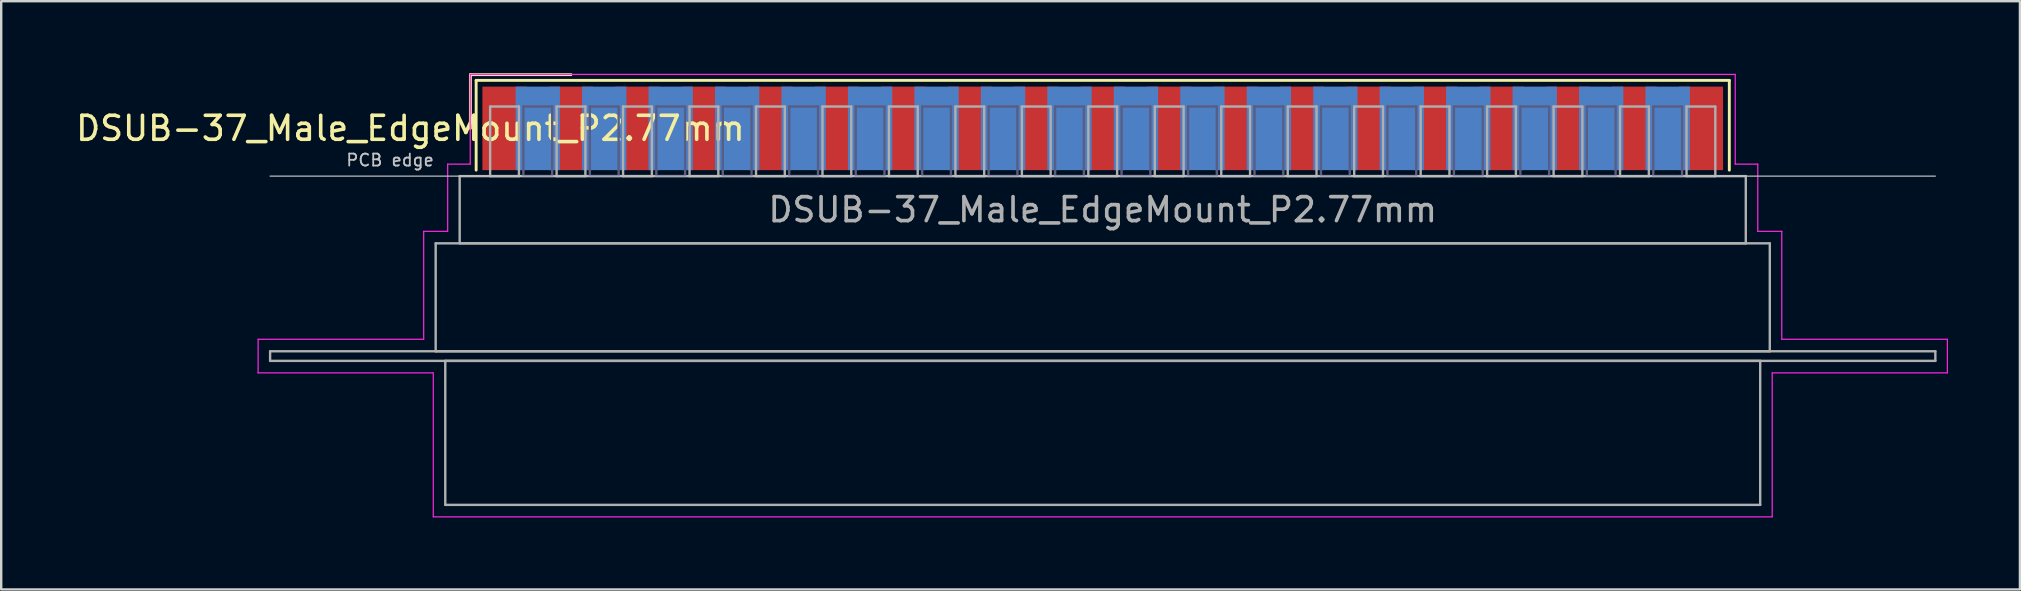
<source format=kicad_pcb>
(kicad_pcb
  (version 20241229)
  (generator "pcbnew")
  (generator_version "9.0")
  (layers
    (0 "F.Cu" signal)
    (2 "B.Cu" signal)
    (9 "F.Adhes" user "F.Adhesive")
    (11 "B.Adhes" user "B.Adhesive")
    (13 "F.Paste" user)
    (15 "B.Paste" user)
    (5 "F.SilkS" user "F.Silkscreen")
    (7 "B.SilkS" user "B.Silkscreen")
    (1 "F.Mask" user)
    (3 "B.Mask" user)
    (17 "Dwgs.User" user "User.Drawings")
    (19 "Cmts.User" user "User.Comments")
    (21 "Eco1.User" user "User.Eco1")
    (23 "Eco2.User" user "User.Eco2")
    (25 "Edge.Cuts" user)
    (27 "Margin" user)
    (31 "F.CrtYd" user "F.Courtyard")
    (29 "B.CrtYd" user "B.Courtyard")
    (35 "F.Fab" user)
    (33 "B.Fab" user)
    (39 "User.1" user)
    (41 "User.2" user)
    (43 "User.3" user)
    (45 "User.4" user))
  (footprint "DSUB-37_Male_EdgeMount_P2.77mm"
    (layer "F.Cu")
    (at 42.907 2.3)
    (property "Reference" "DSUB-37_Male_EdgeMount_P2.77mm" (at -28.853 0 0) (layer "F.SilkS") (effects (font (size 1 1) (thickness 0.15))))
    (attr smd)
    (fp_line (start -26.353 -2.24) (end -22.16 -2.24) (stroke (width 0.12) (type solid)) (layer "F.SilkS"))
    (fp_line (start -26.353 0) (end -26.353 -2.24) (stroke (width 0.12) (type solid)) (layer "F.SilkS"))
    (fp_line (start -26.113 -2) (end -26.113 1.74) (stroke (width 0.12) (type solid)) (layer "F.SilkS"))
    (fp_line (start 26.113 -2) (end -26.113 -2) (stroke (width 0.12) (type solid)) (layer "F.SilkS"))
    (fp_line (start 26.113 1.74) (end 26.113 -2) (stroke (width 0.12) (type solid)) (layer "F.SilkS"))
    (fp_line (start -34.7 1.99) (end 34.7 1.99) (stroke (width 0.05) (type solid)) (layer "Dwgs.User"))
    (fp_line (start -35.2 8.79) (end -28.3 8.79) (stroke (width 0.05) (type solid)) (layer "F.CrtYd"))
    (fp_line (start -35.2 10.19) (end -35.2 8.79) (stroke (width 0.05) (type solid)) (layer "F.CrtYd"))
    (fp_line (start -28.3 4.29) (end -27.3 4.29) (stroke (width 0.05) (type solid)) (layer "F.CrtYd"))
    (fp_line (start -28.3 8.79) (end -28.3 4.29) (stroke (width 0.05) (type solid)) (layer "F.CrtYd"))
    (fp_line (start -27.9 10.19) (end -35.2 10.19) (stroke (width 0.05) (type solid)) (layer "F.CrtYd"))
    (fp_line (start -27.9 16.19) (end -27.9 10.19) (stroke (width 0.05) (type solid)) (layer "F.CrtYd"))
    (fp_line (start -27.3 1.49) (end -26.36 1.49) (stroke (width 0.05) (type solid)) (layer "F.CrtYd"))
    (fp_line (start -27.3 4.29) (end -27.3 1.49) (stroke (width 0.05) (type solid)) (layer "F.CrtYd"))
    (fp_line (start -26.36 -2.25) (end 26.36 -2.25) (stroke (width 0.05) (type solid)) (layer "F.CrtYd"))
    (fp_line (start -26.36 1.49) (end -26.36 -2.25) (stroke (width 0.05) (type solid)) (layer "F.CrtYd"))
    (fp_line (start 26.36 -2.25) (end 26.36 1.49) (stroke (width 0.05) (type solid)) (layer "F.CrtYd"))
    (fp_line (start 26.36 1.49) (end 27.3 1.49) (stroke (width 0.05) (type solid)) (layer "F.CrtYd"))
    (fp_line (start 27.3 1.49) (end 27.3 4.29) (stroke (width 0.05) (type solid)) (layer "F.CrtYd"))
    (fp_line (start 27.3 4.29) (end 28.3 4.29) (stroke (width 0.05) (type solid)) (layer "F.CrtYd"))
    (fp_line (start 27.9 10.19) (end 27.9 16.19) (stroke (width 0.05) (type solid)) (layer "F.CrtYd"))
    (fp_line (start 27.9 16.19) (end -27.9 16.19) (stroke (width 0.05) (type solid)) (layer "F.CrtYd"))
    (fp_line (start 28.3 4.29) (end 28.3 8.79) (stroke (width 0.05) (type solid)) (layer "F.CrtYd"))
    (fp_line (start 28.3 8.79) (end 35.2 8.79) (stroke (width 0.05) (type solid)) (layer "F.CrtYd"))
    (fp_line (start 35.2 8.79) (end 35.2 10.19) (stroke (width 0.05) (type solid)) (layer "F.CrtYd"))
    (fp_line (start 35.2 10.19) (end 27.9 10.19) (stroke (width 0.05) (type solid)) (layer "F.CrtYd"))
    (fp_line (start -24.145 -0.91) (end -24.145 1.99) (stroke (width 0.1) (type solid)) (layer "B.Fab"))
    (fp_line (start -24.145 1.99) (end -22.945 1.99) (stroke (width 0.1) (type solid)) (layer "B.Fab"))
    (fp_line (start -22.945 -0.91) (end -24.145 -0.91) (stroke (width 0.1) (type solid)) (layer "B.Fab"))
    (fp_line (start -22.945 1.99) (end -22.945 -0.91) (stroke (width 0.1) (type solid)) (layer "B.Fab"))
    (fp_line (start -21.375 -0.91) (end -21.375 1.99) (stroke (width 0.1) (type solid)) (layer "B.Fab"))
    (fp_line (start -21.375 1.99) (end -20.175 1.99) (stroke (width 0.1) (type solid)) (layer "B.Fab"))
    (fp_line (start -20.175 -0.91) (end -21.375 -0.91) (stroke (width 0.1) (type solid)) (layer "B.Fab"))
    (fp_line (start -20.175 1.99) (end -20.175 -0.91) (stroke (width 0.1) (type solid)) (layer "B.Fab"))
    (fp_line (start -18.605 -0.91) (end -18.605 1.99) (stroke (width 0.1) (type solid)) (layer "B.Fab"))
    (fp_line (start -18.605 1.99) (end -17.405 1.99) (stroke (width 0.1) (type solid)) (layer "B.Fab"))
    (fp_line (start -17.405 -0.91) (end -18.605 -0.91) (stroke (width 0.1) (type solid)) (layer "B.Fab"))
    (fp_line (start -17.405 1.99) (end -17.405 -0.91) (stroke (width 0.1) (type solid)) (layer "B.Fab"))
    (fp_line (start -15.835 -0.91) (end -15.835 1.99) (stroke (width 0.1) (type solid)) (layer "B.Fab"))
    (fp_line (start -15.835 1.99) (end -14.635 1.99) (stroke (width 0.1) (type solid)) (layer "B.Fab"))
    (fp_line (start -14.635 -0.91) (end -15.835 -0.91) (stroke (width 0.1) (type solid)) (layer "B.Fab"))
    (fp_line (start -14.635 1.99) (end -14.635 -0.91) (stroke (width 0.1) (type solid)) (layer "B.Fab"))
    (fp_line (start -13.065 -0.91) (end -13.065 1.99) (stroke (width 0.1) (type solid)) (layer "B.Fab"))
    (fp_line (start -13.065 1.99) (end -11.865 1.99) (stroke (width 0.1) (type solid)) (layer "B.Fab"))
    (fp_line (start -11.865 -0.91) (end -13.065 -0.91) (stroke (width 0.1) (type solid)) (layer "B.Fab"))
    (fp_line (start -11.865 1.99) (end -11.865 -0.91) (stroke (width 0.1) (type solid)) (layer "B.Fab"))
    (fp_line (start -10.295 -0.91) (end -10.295 1.99) (stroke (width 0.1) (type solid)) (layer "B.Fab"))
    (fp_line (start -10.295 1.99) (end -9.095 1.99) (stroke (width 0.1) (type solid)) (layer "B.Fab"))
    (fp_line (start -9.095 -0.91) (end -10.295 -0.91) (stroke (width 0.1) (type solid)) (layer "B.Fab"))
    (fp_line (start -9.095 1.99) (end -9.095 -0.91) (stroke (width 0.1) (type solid)) (layer "B.Fab"))
    (fp_line (start -7.525 -0.91) (end -7.525 1.99) (stroke (width 0.1) (type solid)) (layer "B.Fab"))
    (fp_line (start -7.525 1.99) (end -6.325 1.99) (stroke (width 0.1) (type solid)) (layer "B.Fab"))
    (fp_line (start -6.325 -0.91) (end -7.525 -0.91) (stroke (width 0.1) (type solid)) (layer "B.Fab"))
    (fp_line (start -6.325 1.99) (end -6.325 -0.91) (stroke (width 0.1) (type solid)) (layer "B.Fab"))
    (fp_line (start -4.755 -0.91) (end -4.755 1.99) (stroke (width 0.1) (type solid)) (layer "B.Fab"))
    (fp_line (start -4.755 1.99) (end -3.555 1.99) (stroke (width 0.1) (type solid)) (layer "B.Fab"))
    (fp_line (start -3.555 -0.91) (end -4.755 -0.91) (stroke (width 0.1) (type solid)) (layer "B.Fab"))
    (fp_line (start -3.555 1.99) (end -3.555 -0.91) (stroke (width 0.1) (type solid)) (layer "B.Fab"))
    (fp_line (start -1.985 -0.91) (end -1.985 1.99) (stroke (width 0.1) (type solid)) (layer "B.Fab"))
    (fp_line (start -1.985 1.99) (end -0.785 1.99) (stroke (width 0.1) (type solid)) (layer "B.Fab"))
    (fp_line (start -0.785 -0.91) (end -1.985 -0.91) (stroke (width 0.1) (type solid)) (layer "B.Fab"))
    (fp_line (start -0.785 1.99) (end -0.785 -0.91) (stroke (width 0.1) (type solid)) (layer "B.Fab"))
    (fp_line (start 0.785 -0.91) (end 0.785 1.99) (stroke (width 0.1) (type solid)) (layer "B.Fab"))
    (fp_line (start 0.785 1.99) (end 1.985 1.99) (stroke (width 0.1) (type solid)) (layer "B.Fab"))
    (fp_line (start 1.985 -0.91) (end 0.785 -0.91) (stroke (width 0.1) (type solid)) (layer "B.Fab"))
    (fp_line (start 1.985 1.99) (end 1.985 -0.91) (stroke (width 0.1) (type solid)) (layer "B.Fab"))
    (fp_line (start 3.555 -0.91) (end 3.555 1.99) (stroke (width 0.1) (type solid)) (layer "B.Fab"))
    (fp_line (start 3.555 1.99) (end 4.755 1.99) (stroke (width 0.1) (type solid)) (layer "B.Fab"))
    (fp_line (start 4.755 -0.91) (end 3.555 -0.91) (stroke (width 0.1) (type solid)) (layer "B.Fab"))
    (fp_line (start 4.755 1.99) (end 4.755 -0.91) (stroke (width 0.1) (type solid)) (layer "B.Fab"))
    (fp_line (start 6.325 -0.91) (end 6.325 1.99) (stroke (width 0.1) (type solid)) (layer "B.Fab"))
    (fp_line (start 6.325 1.99) (end 7.525 1.99) (stroke (width 0.1) (type solid)) (layer "B.Fab"))
    (fp_line (start 7.525 -0.91) (end 6.325 -0.91) (stroke (width 0.1) (type solid)) (layer "B.Fab"))
    (fp_line (start 7.525 1.99) (end 7.525 -0.91) (stroke (width 0.1) (type solid)) (layer "B.Fab"))
    (fp_line (start 9.095 -0.91) (end 9.095 1.99) (stroke (width 0.1) (type solid)) (layer "B.Fab"))
    (fp_line (start 9.095 1.99) (end 10.295 1.99) (stroke (width 0.1) (type solid)) (layer "B.Fab"))
    (fp_line (start 10.295 -0.91) (end 9.095 -0.91) (stroke (width 0.1) (type solid)) (layer "B.Fab"))
    (fp_line (start 10.295 1.99) (end 10.295 -0.91) (stroke (width 0.1) (type solid)) (layer "B.Fab"))
    (fp_line (start 11.865 -0.91) (end 11.865 1.99) (stroke (width 0.1) (type solid)) (layer "B.Fab"))
    (fp_line (start 11.865 1.99) (end 13.065 1.99) (stroke (width 0.1) (type solid)) (layer "B.Fab"))
    (fp_line (start 13.065 -0.91) (end 11.865 -0.91) (stroke (width 0.1) (type solid)) (layer "B.Fab"))
    (fp_line (start 13.065 1.99) (end 13.065 -0.91) (stroke (width 0.1) (type solid)) (layer "B.Fab"))
    (fp_line (start 14.635 -0.91) (end 14.635 1.99) (stroke (width 0.1) (type solid)) (layer "B.Fab"))
    (fp_line (start 14.635 1.99) (end 15.835 1.99) (stroke (width 0.1) (type solid)) (layer "B.Fab"))
    (fp_line (start 15.835 -0.91) (end 14.635 -0.91) (stroke (width 0.1) (type solid)) (layer "B.Fab"))
    (fp_line (start 15.835 1.99) (end 15.835 -0.91) (stroke (width 0.1) (type solid)) (layer "B.Fab"))
    (fp_line (start 17.405 -0.91) (end 17.405 1.99) (stroke (width 0.1) (type solid)) (layer "B.Fab"))
    (fp_line (start 17.405 1.99) (end 18.605 1.99) (stroke (width 0.1) (type solid)) (layer "B.Fab"))
    (fp_line (start 18.605 -0.91) (end 17.405 -0.91) (stroke (width 0.1) (type solid)) (layer "B.Fab"))
    (fp_line (start 18.605 1.99) (end 18.605 -0.91) (stroke (width 0.1) (type solid)) (layer "B.Fab"))
    (fp_line (start 20.175 -0.91) (end 20.175 1.99) (stroke (width 0.1) (type solid)) (layer "B.Fab"))
    (fp_line (start 20.175 1.99) (end 21.375 1.99) (stroke (width 0.1) (type solid)) (layer "B.Fab"))
    (fp_line (start 21.375 -0.91) (end 20.175 -0.91) (stroke (width 0.1) (type solid)) (layer "B.Fab"))
    (fp_line (start 21.375 1.99) (end 21.375 -0.91) (stroke (width 0.1) (type solid)) (layer "B.Fab"))
    (fp_line (start 22.945 -0.91) (end 22.945 1.99) (stroke (width 0.1) (type solid)) (layer "B.Fab"))
    (fp_line (start 22.945 1.99) (end 24.145 1.99) (stroke (width 0.1) (type solid)) (layer "B.Fab"))
    (fp_line (start 24.145 -0.91) (end 22.945 -0.91) (stroke (width 0.1) (type solid)) (layer "B.Fab"))
    (fp_line (start 24.145 1.99) (end 24.145 -0.91) (stroke (width 0.1) (type solid)) (layer "B.Fab"))
    (fp_line (start -34.7 9.29) (end -34.7 9.69) (stroke (width 0.1) (type solid)) (layer "F.Fab"))
    (fp_line (start -34.7 9.69) (end 34.7 9.69) (stroke (width 0.1) (type solid)) (layer "F.Fab"))
    (fp_line (start -27.8 4.79) (end -27.8 9.29) (stroke (width 0.1) (type solid)) (layer "F.Fab"))
    (fp_line (start -27.8 9.29) (end 27.8 9.29) (stroke (width 0.1) (type solid)) (layer "F.Fab"))
    (fp_line (start -27.4 9.69) (end -27.4 15.69) (stroke (width 0.1) (type solid)) (layer "F.Fab"))
    (fp_line (start -27.4 15.69) (end 27.4 15.69) (stroke (width 0.1) (type solid)) (layer "F.Fab"))
    (fp_line (start -26.8 1.99) (end -26.8 4.79) (stroke (width 0.1) (type solid)) (layer "F.Fab"))
    (fp_line (start -26.8 4.79) (end 26.8 4.79) (stroke (width 0.1) (type solid)) (layer "F.Fab"))
    (fp_line (start -25.53 -0.91) (end -25.53 1.99) (stroke (width 0.1) (type solid)) (layer "F.Fab"))
    (fp_line (start -25.53 1.99) (end -24.33 1.99) (stroke (width 0.1) (type solid)) (layer "F.Fab"))
    (fp_line (start -24.33 -0.91) (end -25.53 -0.91) (stroke (width 0.1) (type solid)) (layer "F.Fab"))
    (fp_line (start -24.33 1.99) (end -24.33 -0.91) (stroke (width 0.1) (type solid)) (layer "F.Fab"))
    (fp_line (start -22.76 -0.91) (end -22.76 1.99) (stroke (width 0.1) (type solid)) (layer "F.Fab"))
    (fp_line (start -22.76 1.99) (end -21.56 1.99) (stroke (width 0.1) (type solid)) (layer "F.Fab"))
    (fp_line (start -21.56 -0.91) (end -22.76 -0.91) (stroke (width 0.1) (type solid)) (layer "F.Fab"))
    (fp_line (start -21.56 1.99) (end -21.56 -0.91) (stroke (width 0.1) (type solid)) (layer "F.Fab"))
    (fp_line (start -19.99 -0.91) (end -19.99 1.99) (stroke (width 0.1) (type solid)) (layer "F.Fab"))
    (fp_line (start -19.99 1.99) (end -18.79 1.99) (stroke (width 0.1) (type solid)) (layer "F.Fab"))
    (fp_line (start -18.79 -0.91) (end -19.99 -0.91) (stroke (width 0.1) (type solid)) (layer "F.Fab"))
    (fp_line (start -18.79 1.99) (end -18.79 -0.91) (stroke (width 0.1) (type solid)) (layer "F.Fab"))
    (fp_line (start -17.22 -0.91) (end -17.22 1.99) (stroke (width 0.1) (type solid)) (layer "F.Fab"))
    (fp_line (start -17.22 1.99) (end -16.02 1.99) (stroke (width 0.1) (type solid)) (layer "F.Fab"))
    (fp_line (start -16.02 -0.91) (end -17.22 -0.91) (stroke (width 0.1) (type solid)) (layer "F.Fab"))
    (fp_line (start -16.02 1.99) (end -16.02 -0.91) (stroke (width 0.1) (type solid)) (layer "F.Fab"))
    (fp_line (start -14.45 -0.91) (end -14.45 1.99) (stroke (width 0.1) (type solid)) (layer "F.Fab"))
    (fp_line (start -14.45 1.99) (end -13.25 1.99) (stroke (width 0.1) (type solid)) (layer "F.Fab"))
    (fp_line (start -13.25 -0.91) (end -14.45 -0.91) (stroke (width 0.1) (type solid)) (layer "F.Fab"))
    (fp_line (start -13.25 1.99) (end -13.25 -0.91) (stroke (width 0.1) (type solid)) (layer "F.Fab"))
    (fp_line (start -11.68 -0.91) (end -11.68 1.99) (stroke (width 0.1) (type solid)) (layer "F.Fab"))
    (fp_line (start -11.68 1.99) (end -10.48 1.99) (stroke (width 0.1) (type solid)) (layer "F.Fab"))
    (fp_line (start -10.48 -0.91) (end -11.68 -0.91) (stroke (width 0.1) (type solid)) (layer "F.Fab"))
    (fp_line (start -10.48 1.99) (end -10.48 -0.91) (stroke (width 0.1) (type solid)) (layer "F.Fab"))
    (fp_line (start -8.91 -0.91) (end -8.91 1.99) (stroke (width 0.1) (type solid)) (layer "F.Fab"))
    (fp_line (start -8.91 1.99) (end -7.71 1.99) (stroke (width 0.1) (type solid)) (layer "F.Fab"))
    (fp_line (start -7.71 -0.91) (end -8.91 -0.91) (stroke (width 0.1) (type solid)) (layer "F.Fab"))
    (fp_line (start -7.71 1.99) (end -7.71 -0.91) (stroke (width 0.1) (type solid)) (layer "F.Fab"))
    (fp_line (start -6.14 -0.91) (end -6.14 1.99) (stroke (width 0.1) (type solid)) (layer "F.Fab"))
    (fp_line (start -6.14 1.99) (end -4.94 1.99) (stroke (width 0.1) (type solid)) (layer "F.Fab"))
    (fp_line (start -4.94 -0.91) (end -6.14 -0.91) (stroke (width 0.1) (type solid)) (layer "F.Fab"))
    (fp_line (start -4.94 1.99) (end -4.94 -0.91) (stroke (width 0.1) (type solid)) (layer "F.Fab"))
    (fp_line (start -3.37 -0.91) (end -3.37 1.99) (stroke (width 0.1) (type solid)) (layer "F.Fab"))
    (fp_line (start -3.37 1.99) (end -2.17 1.99) (stroke (width 0.1) (type solid)) (layer "F.Fab"))
    (fp_line (start -2.17 -0.91) (end -3.37 -0.91) (stroke (width 0.1) (type solid)) (layer "F.Fab"))
    (fp_line (start -2.17 1.99) (end -2.17 -0.91) (stroke (width 0.1) (type solid)) (layer "F.Fab"))
    (fp_line (start -0.6 -0.91) (end -0.6 1.99) (stroke (width 0.1) (type solid)) (layer "F.Fab"))
    (fp_line (start -0.6 1.99) (end 0.6 1.99) (stroke (width 0.1) (type solid)) (layer "F.Fab"))
    (fp_line (start 0.6 -0.91) (end -0.6 -0.91) (stroke (width 0.1) (type solid)) (layer "F.Fab"))
    (fp_line (start 0.6 1.99) (end 0.6 -0.91) (stroke (width 0.1) (type solid)) (layer "F.Fab"))
    (fp_line (start 2.17 -0.91) (end 2.17 1.99) (stroke (width 0.1) (type solid)) (layer "F.Fab"))
    (fp_line (start 2.17 1.99) (end 3.37 1.99) (stroke (width 0.1) (type solid)) (layer "F.Fab"))
    (fp_line (start 3.37 -0.91) (end 2.17 -0.91) (stroke (width 0.1) (type solid)) (layer "F.Fab"))
    (fp_line (start 3.37 1.99) (end 3.37 -0.91) (stroke (width 0.1) (type solid)) (layer "F.Fab"))
    (fp_line (start 4.94 -0.91) (end 4.94 1.99) (stroke (width 0.1) (type solid)) (layer "F.Fab"))
    (fp_line (start 4.94 1.99) (end 6.14 1.99) (stroke (width 0.1) (type solid)) (layer "F.Fab"))
    (fp_line (start 6.14 -0.91) (end 4.94 -0.91) (stroke (width 0.1) (type solid)) (layer "F.Fab"))
    (fp_line (start 6.14 1.99) (end 6.14 -0.91) (stroke (width 0.1) (type solid)) (layer "F.Fab"))
    (fp_line (start 7.71 -0.91) (end 7.71 1.99) (stroke (width 0.1) (type solid)) (layer "F.Fab"))
    (fp_line (start 7.71 1.99) (end 8.91 1.99) (stroke (width 0.1) (type solid)) (layer "F.Fab"))
    (fp_line (start 8.91 -0.91) (end 7.71 -0.91) (stroke (width 0.1) (type solid)) (layer "F.Fab"))
    (fp_line (start 8.91 1.99) (end 8.91 -0.91) (stroke (width 0.1) (type solid)) (layer "F.Fab"))
    (fp_line (start 10.48 -0.91) (end 10.48 1.99) (stroke (width 0.1) (type solid)) (layer "F.Fab"))
    (fp_line (start 10.48 1.99) (end 11.68 1.99) (stroke (width 0.1) (type solid)) (layer "F.Fab"))
    (fp_line (start 11.68 -0.91) (end 10.48 -0.91) (stroke (width 0.1) (type solid)) (layer "F.Fab"))
    (fp_line (start 11.68 1.99) (end 11.68 -0.91) (stroke (width 0.1) (type solid)) (layer "F.Fab"))
    (fp_line (start 13.25 -0.91) (end 13.25 1.99) (stroke (width 0.1) (type solid)) (layer "F.Fab"))
    (fp_line (start 13.25 1.99) (end 14.45 1.99) (stroke (width 0.1) (type solid)) (layer "F.Fab"))
    (fp_line (start 14.45 -0.91) (end 13.25 -0.91) (stroke (width 0.1) (type solid)) (layer "F.Fab"))
    (fp_line (start 14.45 1.99) (end 14.45 -0.91) (stroke (width 0.1) (type solid)) (layer "F.Fab"))
    (fp_line (start 16.02 -0.91) (end 16.02 1.99) (stroke (width 0.1) (type solid)) (layer "F.Fab"))
    (fp_line (start 16.02 1.99) (end 17.22 1.99) (stroke (width 0.1) (type solid)) (layer "F.Fab"))
    (fp_line (start 17.22 -0.91) (end 16.02 -0.91) (stroke (width 0.1) (type solid)) (layer "F.Fab"))
    (fp_line (start 17.22 1.99) (end 17.22 -0.91) (stroke (width 0.1) (type solid)) (layer "F.Fab"))
    (fp_line (start 18.79 -0.91) (end 18.79 1.99) (stroke (width 0.1) (type solid)) (layer "F.Fab"))
    (fp_line (start 18.79 1.99) (end 19.99 1.99) (stroke (width 0.1) (type solid)) (layer "F.Fab"))
    (fp_line (start 19.99 -0.91) (end 18.79 -0.91) (stroke (width 0.1) (type solid)) (layer "F.Fab"))
    (fp_line (start 19.99 1.99) (end 19.99 -0.91) (stroke (width 0.1) (type solid)) (layer "F.Fab"))
    (fp_line (start 21.56 -0.91) (end 21.56 1.99) (stroke (width 0.1) (type solid)) (layer "F.Fab"))
    (fp_line (start 21.56 1.99) (end 22.76 1.99) (stroke (width 0.1) (type solid)) (layer "F.Fab"))
    (fp_line (start 22.76 -0.91) (end 21.56 -0.91) (stroke (width 0.1) (type solid)) (layer "F.Fab"))
    (fp_line (start 22.76 1.99) (end 22.76 -0.91) (stroke (width 0.1) (type solid)) (layer "F.Fab"))
    (fp_line (start 24.33 -0.91) (end 24.33 1.99) (stroke (width 0.1) (type solid)) (layer "F.Fab"))
    (fp_line (start 24.33 1.99) (end 25.53 1.99) (stroke (width 0.1) (type solid)) (layer "F.Fab"))
    (fp_line (start 25.53 -0.91) (end 24.33 -0.91) (stroke (width 0.1) (type solid)) (layer "F.Fab"))
    (fp_line (start 25.53 1.99) (end 25.53 -0.91) (stroke (width 0.1) (type solid)) (layer "F.Fab"))
    (fp_line (start 26.8 1.99) (end -26.8 1.99) (stroke (width 0.1) (type solid)) (layer "F.Fab"))
    (fp_line (start 26.8 4.79) (end 26.8 1.99) (stroke (width 0.1) (type solid)) (layer "F.Fab"))
    (fp_line (start 27.4 9.69) (end -27.4 9.69) (stroke (width 0.1) (type solid)) (layer "F.Fab"))
    (fp_line (start 27.4 15.69) (end 27.4 9.69) (stroke (width 0.1) (type solid)) (layer "F.Fab"))
    (fp_line (start 27.8 4.79) (end -27.8 4.79) (stroke (width 0.1) (type solid)) (layer "F.Fab"))
    (fp_line (start 27.8 9.29) (end 27.8 4.79) (stroke (width 0.1) (type solid)) (layer "F.Fab"))
    (fp_line (start 34.7 9.29) (end -34.7 9.29) (stroke (width 0.1) (type solid)) (layer "F.Fab"))
    (fp_line (start 34.7 9.69) (end 34.7 9.29) (stroke (width 0.1) (type solid)) (layer "F.Fab"))
    (fp_text user "PCB edge" (at -29.7 1.323 0) (layer "Dwgs.User") (effects (font (size 0.5 0.5) (thickness 0.075))))
    (fp_text user "${REFERENCE}" (at 0 3.39 0) (layer "F.Fab") (effects (font (size 1 1) (thickness 0.15))))
    (pad "1" smd rect (at -24.93 0) (size 1.847 3.48) (layers "F.Cu" "F.Mask" "F.Paste"))
    (pad "2" smd rect (at -22.16 0) (size 1.847 3.48) (layers "F.Cu" "F.Mask" "F.Paste"))
    (pad "3" smd rect (at -19.39 0) (size 1.847 3.48) (layers "F.Cu" "F.Mask" "F.Paste"))
    (pad "4" smd rect (at -16.62 0) (size 1.847 3.48) (layers "F.Cu" "F.Mask" "F.Paste"))
    (pad "5" smd rect (at -13.85 0) (size 1.847 3.48) (layers "F.Cu" "F.Mask" "F.Paste"))
    (pad "6" smd rect (at -11.08 0) (size 1.847 3.48) (layers "F.Cu" "F.Mask" "F.Paste"))
    (pad "7" smd rect (at -8.31 0) (size 1.847 3.48) (layers "F.Cu" "F.Mask" "F.Paste"))
    (pad "8" smd rect (at -5.54 0) (size 1.847 3.48) (layers "F.Cu" "F.Mask" "F.Paste"))
    (pad "9" smd rect (at -2.77 0) (size 1.847 3.48) (layers "F.Cu" "F.Mask" "F.Paste"))
    (pad "10" smd rect (at 0 0) (size 1.847 3.48) (layers "F.Cu" "F.Mask" "F.Paste"))
    (pad "11" smd rect (at 2.77 0) (size 1.847 3.48) (layers "F.Cu" "F.Mask" "F.Paste"))
    (pad "12" smd rect (at 5.54 0) (size 1.847 3.48) (layers "F.Cu" "F.Mask" "F.Paste"))
    (pad "13" smd rect (at 8.31 0) (size 1.847 3.48) (layers "F.Cu" "F.Mask" "F.Paste"))
    (pad "14" smd rect (at 11.08 0) (size 1.847 3.48) (layers "F.Cu" "F.Mask" "F.Paste"))
    (pad "15" smd rect (at 13.85 0) (size 1.847 3.48) (layers "F.Cu" "F.Mask" "F.Paste"))
    (pad "16" smd rect (at 16.62 0) (size 1.847 3.48) (layers "F.Cu" "F.Mask" "F.Paste"))
    (pad "17" smd rect (at 19.39 0) (size 1.847 3.48) (layers "F.Cu" "F.Mask" "F.Paste"))
    (pad "18" smd rect (at 22.16 0) (size 1.847 3.48) (layers "F.Cu" "F.Mask" "F.Paste"))
    (pad "19" smd rect (at 24.93 0) (size 1.847 3.48) (layers "F.Cu" "F.Mask" "F.Paste"))
    (pad "20" smd rect (at -23.545 0) (size 1.847 3.48) (layers "B.Cu" "B.Mask" "B.Paste"))
    (pad "21" smd rect (at -20.775 0) (size 1.847 3.48) (layers "B.Cu" "B.Mask" "B.Paste"))
    (pad "22" smd rect (at -18.005 0) (size 1.847 3.48) (layers "B.Cu" "B.Mask" "B.Paste"))
    (pad "23" smd rect (at -15.235 0) (size 1.847 3.48) (layers "B.Cu" "B.Mask" "B.Paste"))
    (pad "24" smd rect (at -12.465 0) (size 1.847 3.48) (layers "B.Cu" "B.Mask" "B.Paste"))
    (pad "25" smd rect (at -9.695 0) (size 1.847 3.48) (layers "B.Cu" "B.Mask" "B.Paste"))
    (pad "26" smd rect (at -6.925 0) (size 1.847 3.48) (layers "B.Cu" "B.Mask" "B.Paste"))
    (pad "27" smd rect (at -4.155 0) (size 1.847 3.48) (layers "B.Cu" "B.Mask" "B.Paste"))
    (pad "28" smd rect (at -1.385 0) (size 1.847 3.48) (layers "B.Cu" "B.Mask" "B.Paste"))
    (pad "29" smd rect (at 1.385 0) (size 1.847 3.48) (layers "B.Cu" "B.Mask" "B.Paste"))
    (pad "30" smd rect (at 4.155 0) (size 1.847 3.48) (layers "B.Cu" "B.Mask" "B.Paste"))
    (pad "31" smd rect (at 6.925 0) (size 1.847 3.48) (layers "B.Cu" "B.Mask" "B.Paste"))
    (pad "32" smd rect (at 9.695 0) (size 1.847 3.48) (layers "B.Cu" "B.Mask" "B.Paste"))
    (pad "33" smd rect (at 12.465 0) (size 1.847 3.48) (layers "B.Cu" "B.Mask" "B.Paste"))
    (pad "34" smd rect (at 15.235 0) (size 1.847 3.48) (layers "B.Cu" "B.Mask" "B.Paste"))
    (pad "35" smd rect (at 18.005 0) (size 1.847 3.48) (layers "B.Cu" "B.Mask" "B.Paste"))
    (pad "36" smd rect (at 20.775 0) (size 1.847 3.48) (layers "B.Cu" "B.Mask" "B.Paste"))
    (pad "37" smd rect (at 23.545 0) (size 1.847 3.48) (layers "B.Cu" "B.Mask" "B.Paste")))
  (gr_rect
    (start -3 -3)
    (end 81.132 21.515)
    (stroke (width 0.1) (type default))
    (fill no)
    (layer "Edge.Cuts")))
</source>
